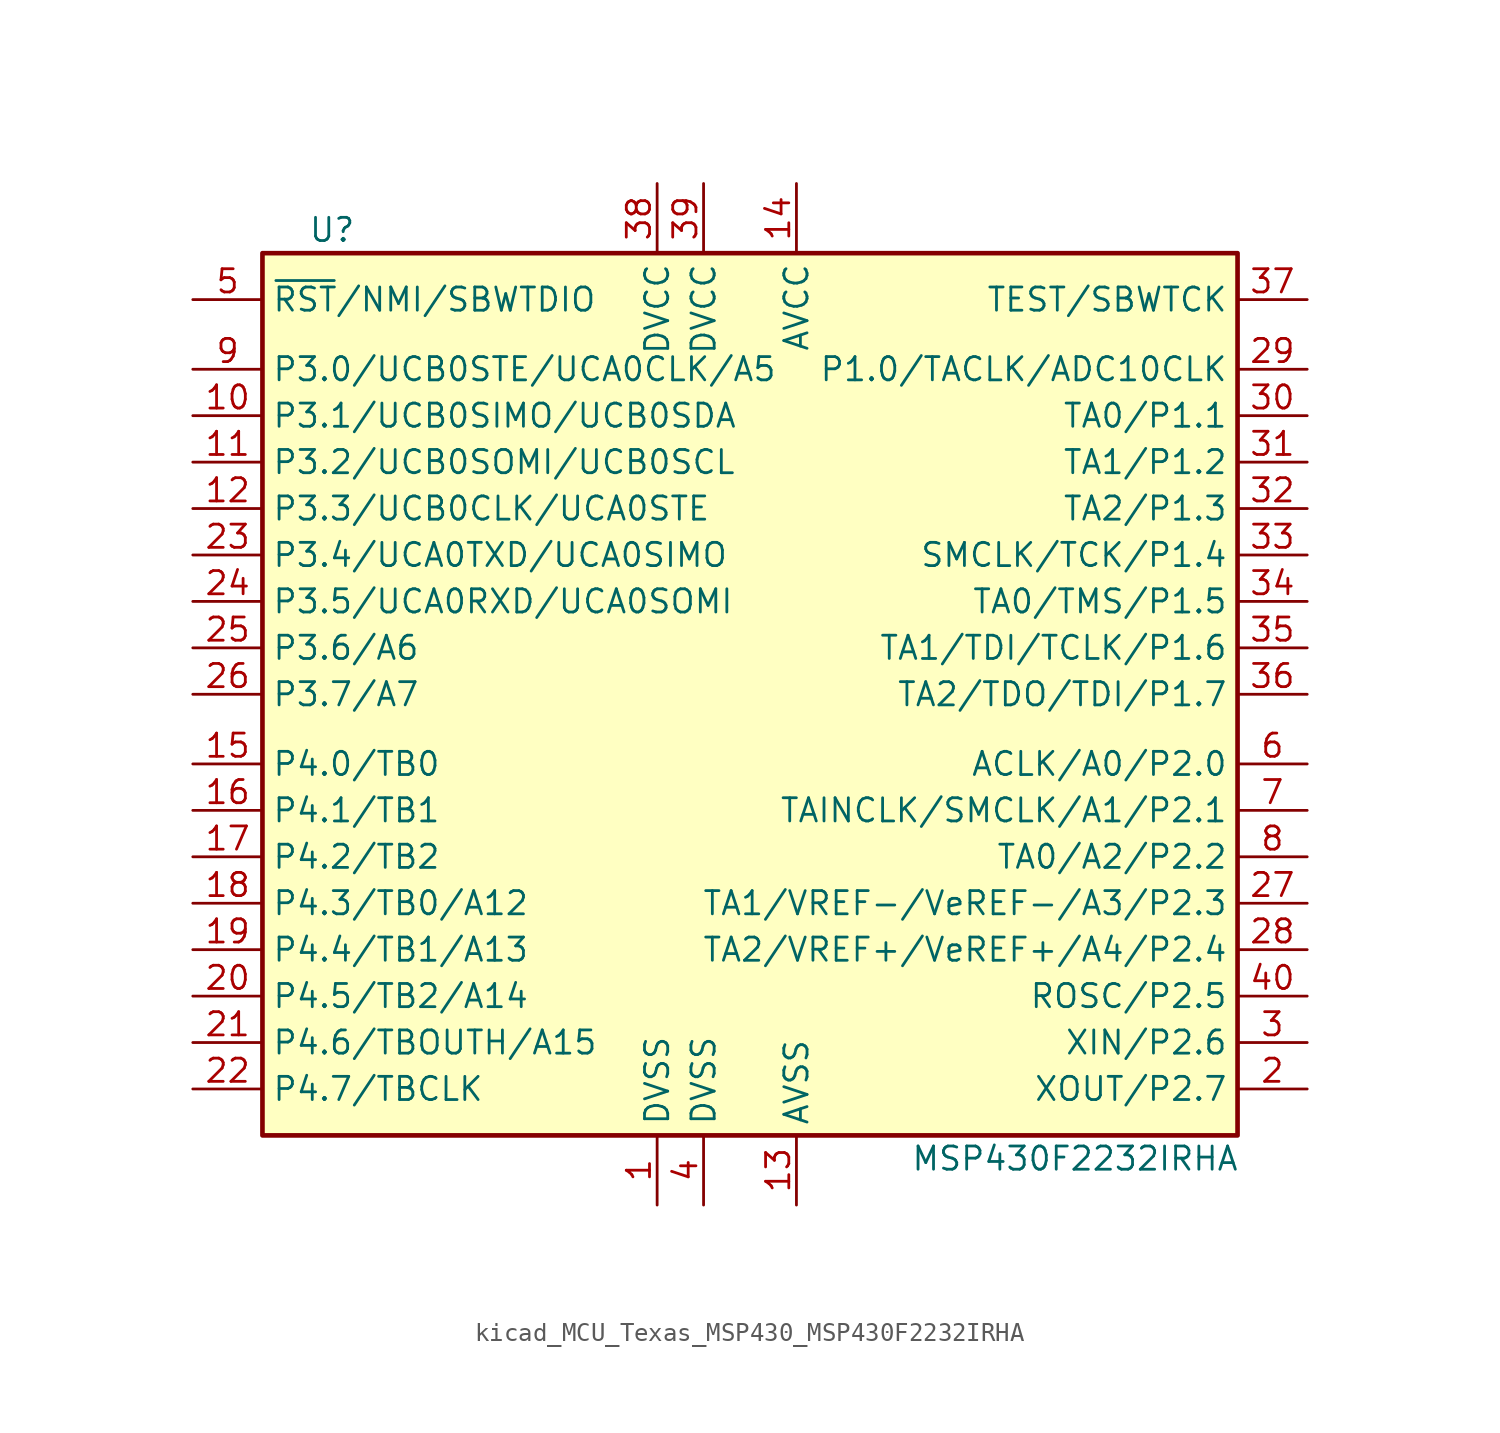
<source format=kicad_sym>
(kicad_symbol_lib
  (version 20220914)
  (generator kicad_symbol_editor)
  (symbol "kicad_MCU_Texas_MSP430_MSP430F2232IRHA"
    (property "Reference" "U"
      (at -22.86 25.4 0)
      (effects (font (size 1.27 1.27))))
    (property "Value" "MSP430F2232IRHA"
      (at 17.78 -25.4 0)
      (effects (font (size 1.27 1.27))))
    (symbol "kicad_MCU_Texas_MSP430_MSP430F2232IRHA_0_1"
      (rectangle (start -26.67 24.13) (end 26.67 -24.13) (stroke (width 0.254) (type default)) (fill (type background))))
    (symbol "kicad_MCU_Texas_MSP430_MSP430F2232IRHA_1_1"
      (pin power_in line (at -5.08 -27.94 90) (length 3.81) (name "DVSS" (effects (font (size 1.27 1.27)))) (number "1" (effects (font (size 1.27 1.27)))))
      (pin bidirectional line (at -30.48 15.24 0) (length 3.81) (name "P3.1/UCB0SIMO/UCB0SDA" (effects (font (size 1.27 1.27)))) (number "10" (effects (font (size 1.27 1.27)))))
      (pin bidirectional line (at -30.48 12.7 0) (length 3.81) (name "P3.2/UCB0SOMI/UCB0SCL" (effects (font (size 1.27 1.27)))) (number "11" (effects (font (size 1.27 1.27)))))
      (pin bidirectional line (at -30.48 10.16 0) (length 3.81) (name "P3.3/UCB0CLK/UCA0STE" (effects (font (size 1.27 1.27)))) (number "12" (effects (font (size 1.27 1.27)))))
      (pin power_in line (at 2.54 -27.94 90) (length 3.81) (name "AVSS" (effects (font (size 1.27 1.27)))) (number "13" (effects (font (size 1.27 1.27)))))
      (pin power_in line (at 2.54 27.94 270) (length 3.81) (name "AVCC" (effects (font (size 1.27 1.27)))) (number "14" (effects (font (size 1.27 1.27)))))
      (pin bidirectional line (at -30.48 -3.81 0) (length 3.81) (name "P4.0/TB0" (effects (font (size 1.27 1.27)))) (number "15" (effects (font (size 1.27 1.27)))))
      (pin bidirectional line (at -30.48 -6.35 0) (length 3.81) (name "P4.1/TB1" (effects (font (size 1.27 1.27)))) (number "16" (effects (font (size 1.27 1.27)))))
      (pin bidirectional line (at -30.48 -8.89 0) (length 3.81) (name "P4.2/TB2" (effects (font (size 1.27 1.27)))) (number "17" (effects (font (size 1.27 1.27)))))
      (pin bidirectional line (at -30.48 -11.43 0) (length 3.81) (name "P4.3/TB0/A12" (effects (font (size 1.27 1.27)))) (number "18" (effects (font (size 1.27 1.27)))))
      (pin bidirectional line (at -30.48 -13.97 0) (length 3.81) (name "P4.4/TB1/A13" (effects (font (size 1.27 1.27)))) (number "19" (effects (font (size 1.27 1.27)))))
      (pin bidirectional line (at 30.48 -21.59 180) (length 3.81) (name "XOUT/P2.7" (effects (font (size 1.27 1.27)))) (number "2" (effects (font (size 1.27 1.27)))))
      (pin bidirectional line (at -30.48 -16.51 0) (length 3.81) (name "P4.5/TB2/A14" (effects (font (size 1.27 1.27)))) (number "20" (effects (font (size 1.27 1.27)))))
      (pin bidirectional line (at -30.48 -19.05 0) (length 3.81) (name "P4.6/TBOUTH/A15" (effects (font (size 1.27 1.27)))) (number "21" (effects (font (size 1.27 1.27)))))
      (pin bidirectional line (at -30.48 -21.59 0) (length 3.81) (name "P4.7/TBCLK" (effects (font (size 1.27 1.27)))) (number "22" (effects (font (size 1.27 1.27)))))
      (pin bidirectional line (at -30.48 7.62 0) (length 3.81) (name "P3.4/UCA0TXD/UCA0SIMO" (effects (font (size 1.27 1.27)))) (number "23" (effects (font (size 1.27 1.27)))))
      (pin bidirectional line (at -30.48 5.08 0) (length 3.81) (name "P3.5/UCA0RXD/UCA0SOMI" (effects (font (size 1.27 1.27)))) (number "24" (effects (font (size 1.27 1.27)))))
      (pin bidirectional line (at -30.48 2.54 0) (length 3.81) (name "P3.6/A6" (effects (font (size 1.27 1.27)))) (number "25" (effects (font (size 1.27 1.27)))))
      (pin bidirectional line (at -30.48 0 0) (length 3.81) (name "P3.7/A7" (effects (font (size 1.27 1.27)))) (number "26" (effects (font (size 1.27 1.27)))))
      (pin bidirectional line (at 30.48 -11.43 180) (length 3.81) (name "TA1/VREF-/VeREF-/A3/P2.3" (effects (font (size 1.27 1.27)))) (number "27" (effects (font (size 1.27 1.27)))))
      (pin bidirectional line (at 30.48 -13.97 180) (length 3.81) (name "TA2/VREF+/VeREF+/A4/P2.4" (effects (font (size 1.27 1.27)))) (number "28" (effects (font (size 1.27 1.27)))))
      (pin bidirectional line (at 30.48 17.78 180) (length 3.81) (name "P1.0/TACLK/ADC10CLK" (effects (font (size 1.27 1.27)))) (number "29" (effects (font (size 1.27 1.27)))))
      (pin bidirectional line (at 30.48 -19.05 180) (length 3.81) (name "XIN/P2.6" (effects (font (size 1.27 1.27)))) (number "3" (effects (font (size 1.27 1.27)))))
      (pin bidirectional line (at 30.48 15.24 180) (length 3.81) (name "TA0/P1.1" (effects (font (size 1.27 1.27)))) (number "30" (effects (font (size 1.27 1.27)))))
      (pin bidirectional line (at 30.48 12.7 180) (length 3.81) (name "TA1/P1.2" (effects (font (size 1.27 1.27)))) (number "31" (effects (font (size 1.27 1.27)))))
      (pin bidirectional line (at 30.48 10.16 180) (length 3.81) (name "TA2/P1.3" (effects (font (size 1.27 1.27)))) (number "32" (effects (font (size 1.27 1.27)))))
      (pin bidirectional line (at 30.48 7.62 180) (length 3.81) (name "SMCLK/TCK/P1.4" (effects (font (size 1.27 1.27)))) (number "33" (effects (font (size 1.27 1.27)))))
      (pin bidirectional line (at 30.48 5.08 180) (length 3.81) (name "TA0/TMS/P1.5" (effects (font (size 1.27 1.27)))) (number "34" (effects (font (size 1.27 1.27)))))
      (pin bidirectional line (at 30.48 2.54 180) (length 3.81) (name "TA1/TDI/TCLK/P1.6" (effects (font (size 1.27 1.27)))) (number "35" (effects (font (size 1.27 1.27)))))
      (pin bidirectional line (at 30.48 0 180) (length 3.81) (name "TA2/TDO/TDI/P1.7" (effects (font (size 1.27 1.27)))) (number "36" (effects (font (size 1.27 1.27)))))
      (pin input line (at 30.48 21.59 180) (length 3.81) (name "TEST/SBWTCK" (effects (font (size 1.27 1.27)))) (number "37" (effects (font (size 1.27 1.27)))))
      (pin power_in line (at -5.08 27.94 270) (length 3.81) (name "DVCC" (effects (font (size 1.27 1.27)))) (number "38" (effects (font (size 1.27 1.27)))))
      (pin power_in line (at -2.54 27.94 270) (length 3.81) (name "DVCC" (effects (font (size 1.27 1.27)))) (number "39" (effects (font (size 1.27 1.27)))))
      (pin power_in line (at -2.54 -27.94 90) (length 3.81) (name "DVSS" (effects (font (size 1.27 1.27)))) (number "4" (effects (font (size 1.27 1.27)))))
      (pin bidirectional line (at 30.48 -16.51 180) (length 3.81) (name "ROSC/P2.5" (effects (font (size 1.27 1.27)))) (number "40" (effects (font (size 1.27 1.27)))))
      (pin input line (at -30.48 21.59 0) (length 3.81) (name "~{RST}/NMI/SBWTDIO" (effects (font (size 1.27 1.27)))) (number "5" (effects (font (size 1.27 1.27)))))
      (pin bidirectional line (at 30.48 -3.81 180) (length 3.81) (name "ACLK/A0/P2.0" (effects (font (size 1.27 1.27)))) (number "6" (effects (font (size 1.27 1.27)))))
      (pin bidirectional line (at 30.48 -6.35 180) (length 3.81) (name "TAINCLK/SMCLK/A1/P2.1" (effects (font (size 1.27 1.27)))) (number "7" (effects (font (size 1.27 1.27)))))
      (pin bidirectional line (at 30.48 -8.89 180) (length 3.81) (name "TA0/A2/P2.2" (effects (font (size 1.27 1.27)))) (number "8" (effects (font (size 1.27 1.27)))))
      (pin bidirectional line (at -30.48 17.78 0) (length 3.81) (name "P3.0/UCB0STE/UCA0CLK/A5" (effects (font (size 1.27 1.27)))) (number "9" (effects (font (size 1.27 1.27))))))))
</source>
